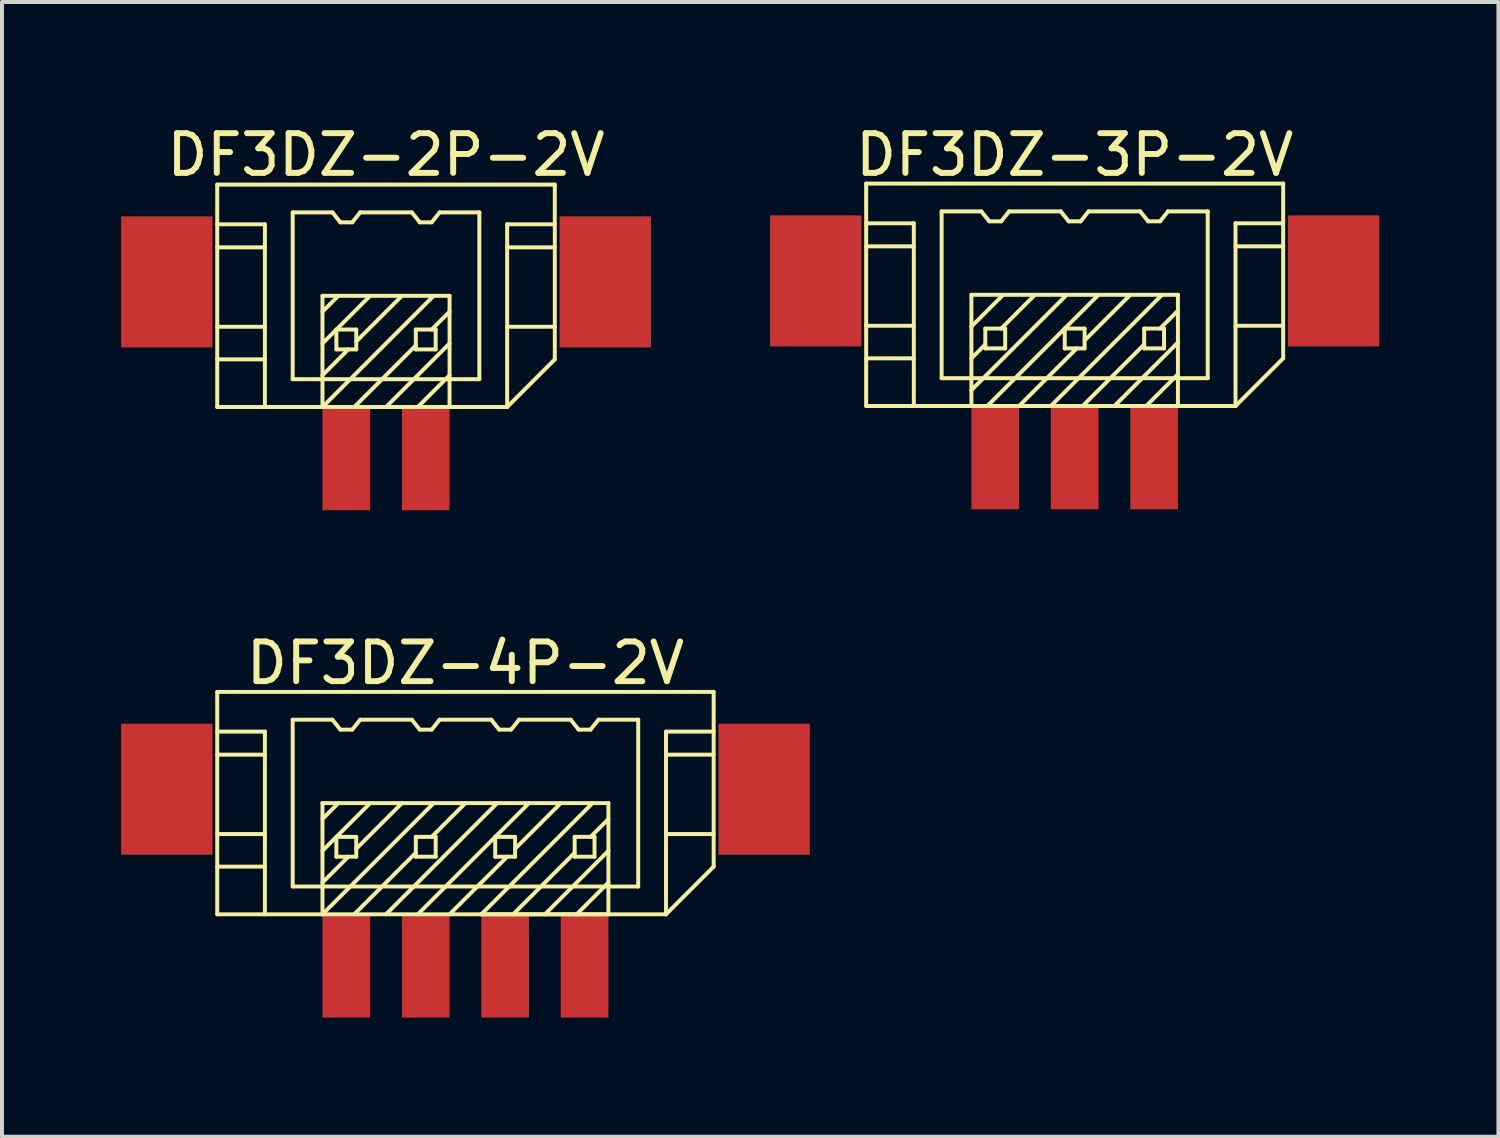
<source format=kicad_pcb>
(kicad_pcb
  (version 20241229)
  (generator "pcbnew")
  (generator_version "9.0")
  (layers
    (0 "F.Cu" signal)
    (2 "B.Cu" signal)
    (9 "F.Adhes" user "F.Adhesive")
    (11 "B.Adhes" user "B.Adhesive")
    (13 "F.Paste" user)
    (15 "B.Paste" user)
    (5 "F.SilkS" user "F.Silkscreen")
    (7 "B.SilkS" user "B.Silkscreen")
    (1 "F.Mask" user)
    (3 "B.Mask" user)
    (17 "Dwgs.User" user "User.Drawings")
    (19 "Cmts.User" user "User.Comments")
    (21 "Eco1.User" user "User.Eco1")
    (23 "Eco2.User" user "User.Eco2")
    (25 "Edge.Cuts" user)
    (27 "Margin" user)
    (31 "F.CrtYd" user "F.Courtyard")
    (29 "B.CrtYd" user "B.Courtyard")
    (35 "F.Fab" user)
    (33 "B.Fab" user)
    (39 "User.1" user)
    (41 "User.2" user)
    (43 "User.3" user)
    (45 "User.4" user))
  (footprint "DF3DZ-4P-2V"
    (layer "F.Cu")
    (at 8.67 16.822)
    (property "Reference" "DF3DZ-4P-2V" (at 0 -3.175 0) (layer "F.SilkS") (effects (font (size 1 1) (thickness 0.15))))
    (attr through_hole)
    (fp_line (start -6.25 -2.45) (end -6.25 3.15) (stroke (width 0.1) (type solid)) (layer "F.SilkS"))
    (fp_line (start -6.25 -2.45) (end 6.25 -2.45) (stroke (width 0.1) (type solid)) (layer "F.SilkS"))
    (fp_line (start -6.25 -0.87) (end -5.05 -0.87) (stroke (width 0.1) (type solid)) (layer "F.SilkS"))
    (fp_line (start -6.25 1.13) (end -5.05 1.13) (stroke (width 0.1) (type solid)) (layer "F.SilkS"))
    (fp_line (start -6.25 1.95) (end -5.05 1.95) (stroke (width 0.1) (type solid)) (layer "F.SilkS"))
    (fp_line (start -6.25 3.15) (end 5.05 3.15) (stroke (width 0.1) (type solid)) (layer "F.SilkS"))
    (fp_line (start -5.05 -1.45) (end -6.25 -1.45) (stroke (width 0.1) (type solid)) (layer "F.SilkS"))
    (fp_line (start -5.05 3.15) (end -5.05 -1.45) (stroke (width 0.1) (type solid)) (layer "F.SilkS"))
    (fp_line (start -4.35 -1.75) (end -4.35 2.45) (stroke (width 0.1) (type solid)) (layer "F.SilkS"))
    (fp_line (start -4.35 2.45) (end 4.35 2.45) (stroke (width 0.1) (type solid)) (layer "F.SilkS"))
    (fp_line (start -3.6 0.35) (end -3.6 3.15) (stroke (width 0.1) (type solid)) (layer "F.SilkS"))
    (fp_line (start -3.35 -1.75) (end -4.35 -1.75) (stroke (width 0.1) (type solid)) (layer "F.SilkS"))
    (fp_line (start -3.35 -1.75) (end -3.15 -1.5) (stroke (width 0.1) (type solid)) (layer "F.SilkS"))
    (fp_line (start -3.25 1.2) (end -3.25 1.7) (stroke (width 0.1) (type solid)) (layer "F.SilkS"))
    (fp_line (start -3.25 1.7) (end -2.75 1.7) (stroke (width 0.1) (type solid)) (layer "F.SilkS"))
    (fp_line (start -3.2 0.35) (end -3.6 0.75) (stroke (width 0.1) (type solid)) (layer "F.SilkS"))
    (fp_line (start -3.15 -1.5) (end -2.85 -1.5) (stroke (width 0.1) (type solid)) (layer "F.SilkS"))
    (fp_line (start -2.95 1.7) (end -3.6 2.35) (stroke (width 0.1) (type solid)) (layer "F.SilkS"))
    (fp_line (start -2.85 -1.5) (end -2.65 -1.75) (stroke (width 0.1) (type solid)) (layer "F.SilkS"))
    (fp_line (start -2.75 1.2) (end -3.25 1.2) (stroke (width 0.1) (type solid)) (layer "F.SilkS"))
    (fp_line (start -2.75 1.7) (end -2.75 1.2) (stroke (width 0.1) (type solid)) (layer "F.SilkS"))
    (fp_line (start -2.4 0.35) (end -3.6 1.55) (stroke (width 0.1) (type solid)) (layer "F.SilkS"))
    (fp_line (start -1.6 0.35) (end -2.75 1.5) (stroke (width 0.1) (type solid)) (layer "F.SilkS"))
    (fp_line (start -1.35 -1.75) (end -2.65 -1.75) (stroke (width 0.1) (type solid)) (layer "F.SilkS"))
    (fp_line (start -1.35 -1.75) (end -1.15 -1.5) (stroke (width 0.1) (type solid)) (layer "F.SilkS"))
    (fp_line (start -1.25 1.2) (end -1.25 1.7) (stroke (width 0.1) (type solid)) (layer "F.SilkS"))
    (fp_line (start -1.25 1.6) (end -2.8 3.15) (stroke (width 0.1) (type solid)) (layer "F.SilkS"))
    (fp_line (start -1.25 1.7) (end -0.75 1.7) (stroke (width 0.1) (type solid)) (layer "F.SilkS"))
    (fp_line (start -1.15 -1.5) (end -0.85 -1.5) (stroke (width 0.1) (type solid)) (layer "F.SilkS"))
    (fp_line (start -0.85 -1.5) (end -0.65 -1.75) (stroke (width 0.1) (type solid)) (layer "F.SilkS"))
    (fp_line (start -0.8 0.35) (end -3.6 3.15) (stroke (width 0.1) (type solid)) (layer "F.SilkS"))
    (fp_line (start -0.75 1.2) (end -1.25 1.2) (stroke (width 0.1) (type solid)) (layer "F.SilkS"))
    (fp_line (start -0.75 1.7) (end -0.75 1.2) (stroke (width 0.1) (type solid)) (layer "F.SilkS"))
    (fp_line (start -0.4 3.15) (end 1.05 1.7) (stroke (width 0.1) (type solid)) (layer "F.SilkS"))
    (fp_line (start 0 0.35) (end -0.85 1.2) (stroke (width 0.1) (type solid)) (layer "F.SilkS"))
    (fp_line (start 0.4 3.15) (end 3.6 3.15) (stroke (width 0.1) (type solid)) (layer "F.SilkS"))
    (fp_line (start 0.65 -1.75) (end -0.65 -1.75) (stroke (width 0.1) (type solid)) (layer "F.SilkS"))
    (fp_line (start 0.65 -1.75) (end 0.85 -1.5) (stroke (width 0.1) (type solid)) (layer "F.SilkS"))
    (fp_line (start 0.75 1.2) (end 0.75 1.7) (stroke (width 0.1) (type solid)) (layer "F.SilkS"))
    (fp_line (start 0.75 1.7) (end 1.25 1.7) (stroke (width 0.1) (type solid)) (layer "F.SilkS"))
    (fp_line (start 0.8 0.35) (end -2 3.15) (stroke (width 0.1) (type solid)) (layer "F.SilkS"))
    (fp_line (start 0.85 -1.5) (end 1.15 -1.5) (stroke (width 0.1) (type solid)) (layer "F.SilkS"))
    (fp_line (start 1.15 -1.5) (end 1.35 -1.75) (stroke (width 0.1) (type solid)) (layer "F.SilkS"))
    (fp_line (start 1.2 3.15) (end 2.75 1.6) (stroke (width 0.1) (type solid)) (layer "F.SilkS"))
    (fp_line (start 1.25 1.2) (end 0.75 1.2) (stroke (width 0.1) (type solid)) (layer "F.SilkS"))
    (fp_line (start 1.25 1.7) (end 1.25 1.2) (stroke (width 0.1) (type solid)) (layer "F.SilkS"))
    (fp_line (start 1.6 0.35) (end -1.2 3.15) (stroke (width 0.1) (type solid)) (layer "F.SilkS"))
    (fp_line (start 2.4 0.35) (end 1.25 1.5) (stroke (width 0.1) (type solid)) (layer "F.SilkS"))
    (fp_line (start 2.65 -1.75) (end 1.35 -1.75) (stroke (width 0.1) (type solid)) (layer "F.SilkS"))
    (fp_line (start 2.65 -1.75) (end 2.85 -1.5) (stroke (width 0.1) (type solid)) (layer "F.SilkS"))
    (fp_line (start 2.75 1.2) (end 2.75 1.7) (stroke (width 0.1) (type solid)) (layer "F.SilkS"))
    (fp_line (start 2.75 1.7) (end 3.25 1.7) (stroke (width 0.1) (type solid)) (layer "F.SilkS"))
    (fp_line (start 2.85 -1.5) (end 3.15 -1.5) (stroke (width 0.1) (type solid)) (layer "F.SilkS"))
    (fp_line (start 3.15 -1.5) (end 3.35 -1.75) (stroke (width 0.1) (type solid)) (layer "F.SilkS"))
    (fp_line (start 3.2 0.35) (end 0.4 3.15) (stroke (width 0.1) (type solid)) (layer "F.SilkS"))
    (fp_line (start 3.25 1.2) (end 2.75 1.2) (stroke (width 0.1) (type solid)) (layer "F.SilkS"))
    (fp_line (start 3.25 1.7) (end 3.25 1.2) (stroke (width 0.1) (type solid)) (layer "F.SilkS"))
    (fp_line (start 3.6 0.35) (end -3.6 0.35) (stroke (width 0.1) (type solid)) (layer "F.SilkS"))
    (fp_line (start 3.6 0.75) (end 3.15 1.2) (stroke (width 0.1) (type solid)) (layer "F.SilkS"))
    (fp_line (start 3.6 1.55) (end 2 3.15) (stroke (width 0.1) (type solid)) (layer "F.SilkS"))
    (fp_line (start 3.6 2.35) (end 2.8 3.15) (stroke (width 0.1) (type solid)) (layer "F.SilkS"))
    (fp_line (start 3.6 3.15) (end 3.6 0.35) (stroke (width 0.1) (type solid)) (layer "F.SilkS"))
    (fp_line (start 4.35 -1.75) (end 3.35 -1.75) (stroke (width 0.1) (type solid)) (layer "F.SilkS"))
    (fp_line (start 4.35 2.45) (end 4.35 -1.75) (stroke (width 0.1) (type solid)) (layer "F.SilkS"))
    (fp_line (start 5.05 -1.45) (end 6.25 -1.45) (stroke (width 0.1) (type solid)) (layer "F.SilkS"))
    (fp_line (start 5.05 -0.87) (end 6.25 -0.87) (stroke (width 0.1) (type solid)) (layer "F.SilkS"))
    (fp_line (start 5.05 1.13) (end 6.25 1.13) (stroke (width 0.1) (type solid)) (layer "F.SilkS"))
    (fp_line (start 5.05 3.15) (end 5.05 -1.45) (stroke (width 0.1) (type solid)) (layer "F.SilkS"))
    (fp_line (start 5.05 3.15) (end 6.25 1.95) (stroke (width 0.1) (type solid)) (layer "F.SilkS"))
    (fp_line (start 6.25 -2.45) (end 6.25 1.95) (stroke (width 0.1) (type solid)) (layer "F.SilkS"))
    (pad "" smd rect (at -7.52 0) (size 2.3 3.3) (layers "F.Cu" "F.Mask" "F.Paste"))
    (pad "" smd rect (at 7.52 0) (size 2.3 3.3) (layers "F.Cu" "F.Mask" "F.Paste"))
    (pad "1" smd rect (at 3 4.45) (size 1.2 2.6) (layers "F.Cu" "F.Mask" "F.Paste"))
    (pad "2" smd rect (at 1 4.45) (size 1.2 2.6) (layers "F.Cu" "F.Mask" "F.Paste"))
    (pad "3" smd rect (at -1 4.45) (size 1.2 2.6) (layers "F.Cu" "F.Mask" "F.Paste"))
    (pad "4" smd rect (at -3 4.45) (size 1.2 2.6) (layers "F.Cu" "F.Mask" "F.Paste")))
  (footprint "DF3DZ-2P-2V"
    (layer "F.Cu")
    (at 6.67 4.048)
    (property "Reference" "DF3DZ-2P-2V" (at 0 -3.2 0) (layer "F.SilkS") (effects (font (size 1 1) (thickness 0.15))))
    (attr through_hole)
    (fp_line (start -4.25 -2.45) (end -4.25 3.15) (stroke (width 0.1) (type solid)) (layer "F.SilkS"))
    (fp_line (start -4.25 -2.45) (end 4.25 -2.45) (stroke (width 0.1) (type solid)) (layer "F.SilkS"))
    (fp_line (start -4.25 -0.87) (end -3.05 -0.87) (stroke (width 0.1) (type solid)) (layer "F.SilkS"))
    (fp_line (start -4.25 1.13) (end -3.05 1.13) (stroke (width 0.1) (type solid)) (layer "F.SilkS"))
    (fp_line (start -4.25 1.95) (end -3.05 1.95) (stroke (width 0.1) (type solid)) (layer "F.SilkS"))
    (fp_line (start -4.25 3.15) (end 3.05 3.15) (stroke (width 0.1) (type solid)) (layer "F.SilkS"))
    (fp_line (start -3.05 -1.45) (end -4.25 -1.45) (stroke (width 0.1) (type solid)) (layer "F.SilkS"))
    (fp_line (start -3.05 3.15) (end -3.05 -1.45) (stroke (width 0.1) (type solid)) (layer "F.SilkS"))
    (fp_line (start -2.35 -1.75) (end -2.35 2.45) (stroke (width 0.1) (type solid)) (layer "F.SilkS"))
    (fp_line (start -2.35 2.45) (end 2.35 2.45) (stroke (width 0.1) (type solid)) (layer "F.SilkS"))
    (fp_line (start -1.6 0.35) (end -1.6 3.15) (stroke (width 0.1) (type solid)) (layer "F.SilkS"))
    (fp_line (start -1.6 2.35) (end -0.95 1.7) (stroke (width 0.1) (type solid)) (layer "F.SilkS"))
    (fp_line (start -1.6 3.15) (end 1.6 3.15) (stroke (width 0.1) (type solid)) (layer "F.SilkS"))
    (fp_line (start -1.35 -1.75) (end -2.35 -1.75) (stroke (width 0.1) (type solid)) (layer "F.SilkS"))
    (fp_line (start -1.35 -1.75) (end -1.15 -1.5) (stroke (width 0.1) (type solid)) (layer "F.SilkS"))
    (fp_line (start -1.25 1.2) (end -1.25 1.7) (stroke (width 0.1) (type solid)) (layer "F.SilkS"))
    (fp_line (start -1.25 1.7) (end -0.75 1.7) (stroke (width 0.1) (type solid)) (layer "F.SilkS"))
    (fp_line (start -1.2 0.35) (end -1.6 0.75) (stroke (width 0.1) (type solid)) (layer "F.SilkS"))
    (fp_line (start -1.15 -1.5) (end -0.85 -1.5) (stroke (width 0.1) (type solid)) (layer "F.SilkS"))
    (fp_line (start -0.85 -1.5) (end -0.65 -1.75) (stroke (width 0.1) (type solid)) (layer "F.SilkS"))
    (fp_line (start -0.8 3.15) (end 0.75 1.6) (stroke (width 0.1) (type solid)) (layer "F.SilkS"))
    (fp_line (start -0.75 1.2) (end -1.25 1.2) (stroke (width 0.1) (type solid)) (layer "F.SilkS"))
    (fp_line (start -0.75 1.7) (end -0.75 1.2) (stroke (width 0.1) (type solid)) (layer "F.SilkS"))
    (fp_line (start -0.4 0.35) (end -1.6 1.55) (stroke (width 0.1) (type solid)) (layer "F.SilkS"))
    (fp_line (start 0.4 0.35) (end -0.75 1.5) (stroke (width 0.1) (type solid)) (layer "F.SilkS"))
    (fp_line (start 0.65 -1.75) (end -0.65 -1.75) (stroke (width 0.1) (type solid)) (layer "F.SilkS"))
    (fp_line (start 0.65 -1.75) (end 0.85 -1.5) (stroke (width 0.1) (type solid)) (layer "F.SilkS"))
    (fp_line (start 0.75 1.2) (end 0.75 1.7) (stroke (width 0.1) (type solid)) (layer "F.SilkS"))
    (fp_line (start 0.75 1.7) (end 1.25 1.7) (stroke (width 0.1) (type solid)) (layer "F.SilkS"))
    (fp_line (start 0.85 -1.5) (end 1.15 -1.5) (stroke (width 0.1) (type solid)) (layer "F.SilkS"))
    (fp_line (start 1.15 -1.5) (end 1.35 -1.75) (stroke (width 0.1) (type solid)) (layer "F.SilkS"))
    (fp_line (start 1.2 0.35) (end -1.6 3.15) (stroke (width 0.1) (type solid)) (layer "F.SilkS"))
    (fp_line (start 1.25 1.2) (end 0.75 1.2) (stroke (width 0.1) (type solid)) (layer "F.SilkS"))
    (fp_line (start 1.25 1.7) (end 1.25 1.2) (stroke (width 0.1) (type solid)) (layer "F.SilkS"))
    (fp_line (start 1.6 0.35) (end -1.6 0.35) (stroke (width 0.1) (type solid)) (layer "F.SilkS"))
    (fp_line (start 1.6 0.75) (end 1.15 1.2) (stroke (width 0.1) (type solid)) (layer "F.SilkS"))
    (fp_line (start 1.6 1.55) (end 0 3.15) (stroke (width 0.1) (type solid)) (layer "F.SilkS"))
    (fp_line (start 1.6 2.35) (end 0.8 3.15) (stroke (width 0.1) (type solid)) (layer "F.SilkS"))
    (fp_line (start 1.6 3.15) (end 1.6 0.35) (stroke (width 0.1) (type solid)) (layer "F.SilkS"))
    (fp_line (start 2.35 -1.75) (end 1.35 -1.75) (stroke (width 0.1) (type solid)) (layer "F.SilkS"))
    (fp_line (start 2.35 2.45) (end 2.35 -1.75) (stroke (width 0.1) (type solid)) (layer "F.SilkS"))
    (fp_line (start 3.05 -1.45) (end 4.25 -1.45) (stroke (width 0.1) (type solid)) (layer "F.SilkS"))
    (fp_line (start 3.05 -0.87) (end 4.25 -0.87) (stroke (width 0.1) (type solid)) (layer "F.SilkS"))
    (fp_line (start 3.05 1.13) (end 4.25 1.13) (stroke (width 0.1) (type solid)) (layer "F.SilkS"))
    (fp_line (start 3.05 3.15) (end 3.05 -1.45) (stroke (width 0.1) (type solid)) (layer "F.SilkS"))
    (fp_line (start 3.05 3.15) (end 4.25 1.95) (stroke (width 0.1) (type solid)) (layer "F.SilkS"))
    (fp_line (start 4.25 -2.45) (end 4.25 1.95) (stroke (width 0.1) (type solid)) (layer "F.SilkS"))
    (pad "" smd rect (at -5.52 0) (size 2.3 3.3) (layers "F.Cu" "F.Mask" "F.Paste"))
    (pad "" smd rect (at 5.52 0) (size 2.3 3.3) (layers "F.Cu" "F.Mask" "F.Paste"))
    (pad "1" smd rect (at 1 4.45) (size 1.2 2.6) (layers "F.Cu" "F.Mask" "F.Paste"))
    (pad "2" smd rect (at -1 4.45) (size 1.2 2.6) (layers "F.Cu" "F.Mask" "F.Paste")))
  (footprint "DF3DZ-3P-2V"
    (layer "F.Cu")
    (at 24.01 4.023)
    (property "Reference" "DF3DZ-3P-2V" (at 0 -3.175 0) (layer "F.SilkS") (effects (font (size 1 1) (thickness 0.15))))
    (attr through_hole)
    (fp_line (start -5.25 -2.45) (end -5.25 3.15) (stroke (width 0.1) (type solid)) (layer "F.SilkS"))
    (fp_line (start -5.25 -2.45) (end 5.25 -2.45) (stroke (width 0.1) (type solid)) (layer "F.SilkS"))
    (fp_line (start -5.25 -0.87) (end -4.05 -0.87) (stroke (width 0.1) (type solid)) (layer "F.SilkS"))
    (fp_line (start -5.25 1.13) (end -4.05 1.13) (stroke (width 0.1) (type solid)) (layer "F.SilkS"))
    (fp_line (start -5.25 1.95) (end -4.05 1.95) (stroke (width 0.1) (type solid)) (layer "F.SilkS"))
    (fp_line (start -5.25 3.15) (end 4.05 3.15) (stroke (width 0.1) (type solid)) (layer "F.SilkS"))
    (fp_line (start -4.05 -1.45) (end -5.25 -1.45) (stroke (width 0.1) (type solid)) (layer "F.SilkS"))
    (fp_line (start -4.05 3.15) (end -4.05 -1.45) (stroke (width 0.1) (type solid)) (layer "F.SilkS"))
    (fp_line (start -3.35 -1.75) (end -3.35 2.45) (stroke (width 0.1) (type solid)) (layer "F.SilkS"))
    (fp_line (start -3.35 2.45) (end 3.35 2.45) (stroke (width 0.1) (type solid)) (layer "F.SilkS"))
    (fp_line (start -2.6 0.35) (end -2.6 3.15) (stroke (width 0.1) (type solid)) (layer "F.SilkS"))
    (fp_line (start -2.35 -1.75) (end -3.35 -1.75) (stroke (width 0.1) (type solid)) (layer "F.SilkS"))
    (fp_line (start -2.35 -1.75) (end -2.15 -1.5) (stroke (width 0.1) (type solid)) (layer "F.SilkS"))
    (fp_line (start -2.25 1.2) (end -2.25 1.7) (stroke (width 0.1) (type solid)) (layer "F.SilkS"))
    (fp_line (start -2.25 1.6) (end -2.6 1.95) (stroke (width 0.1) (type solid)) (layer "F.SilkS"))
    (fp_line (start -2.25 1.7) (end -1.75 1.7) (stroke (width 0.1) (type solid)) (layer "F.SilkS"))
    (fp_line (start -2.15 -1.5) (end -1.85 -1.5) (stroke (width 0.1) (type solid)) (layer "F.SilkS"))
    (fp_line (start -1.85 -1.5) (end -1.65 -1.75) (stroke (width 0.1) (type solid)) (layer "F.SilkS"))
    (fp_line (start -1.8 0.35) (end -2.6 1.15) (stroke (width 0.1) (type solid)) (layer "F.SilkS"))
    (fp_line (start -1.75 1.2) (end -2.25 1.2) (stroke (width 0.1) (type solid)) (layer "F.SilkS"))
    (fp_line (start -1.75 1.7) (end -1.75 1.2) (stroke (width 0.1) (type solid)) (layer "F.SilkS"))
    (fp_line (start -1.4 3.15) (end 0.05 1.7) (stroke (width 0.1) (type solid)) (layer "F.SilkS"))
    (fp_line (start -1 0.35) (end -1.85 1.2) (stroke (width 0.1) (type solid)) (layer "F.SilkS"))
    (fp_line (start -0.6 3.15) (end 2.6 3.15) (stroke (width 0.1) (type solid)) (layer "F.SilkS"))
    (fp_line (start -0.35 -1.75) (end -1.65 -1.75) (stroke (width 0.1) (type solid)) (layer "F.SilkS"))
    (fp_line (start -0.35 -1.75) (end -0.15 -1.5) (stroke (width 0.1) (type solid)) (layer "F.SilkS"))
    (fp_line (start -0.25 1.2) (end -0.25 1.7) (stroke (width 0.1) (type solid)) (layer "F.SilkS"))
    (fp_line (start -0.25 1.7) (end 0.25 1.7) (stroke (width 0.1) (type solid)) (layer "F.SilkS"))
    (fp_line (start -0.2 0.35) (end -2.6 2.75) (stroke (width 0.1) (type solid)) (layer "F.SilkS"))
    (fp_line (start -0.15 -1.5) (end 0.15 -1.5) (stroke (width 0.1) (type solid)) (layer "F.SilkS"))
    (fp_line (start 0.15 -1.5) (end 0.35 -1.75) (stroke (width 0.1) (type solid)) (layer "F.SilkS"))
    (fp_line (start 0.2 3.15) (end 1.75 1.6) (stroke (width 0.1) (type solid)) (layer "F.SilkS"))
    (fp_line (start 0.25 1.2) (end -0.25 1.2) (stroke (width 0.1) (type solid)) (layer "F.SilkS"))
    (fp_line (start 0.25 1.7) (end 0.25 1.2) (stroke (width 0.1) (type solid)) (layer "F.SilkS"))
    (fp_line (start 0.6 0.35) (end -2.2 3.15) (stroke (width 0.1) (type solid)) (layer "F.SilkS"))
    (fp_line (start 1.4 0.35) (end 0.25 1.5) (stroke (width 0.1) (type solid)) (layer "F.SilkS"))
    (fp_line (start 1.65 -1.75) (end 0.35 -1.75) (stroke (width 0.1) (type solid)) (layer "F.SilkS"))
    (fp_line (start 1.65 -1.75) (end 1.85 -1.5) (stroke (width 0.1) (type solid)) (layer "F.SilkS"))
    (fp_line (start 1.75 1.2) (end 1.75 1.7) (stroke (width 0.1) (type solid)) (layer "F.SilkS"))
    (fp_line (start 1.75 1.7) (end 2.25 1.7) (stroke (width 0.1) (type solid)) (layer "F.SilkS"))
    (fp_line (start 1.85 -1.5) (end 2.15 -1.5) (stroke (width 0.1) (type solid)) (layer "F.SilkS"))
    (fp_line (start 2.15 -1.5) (end 2.35 -1.75) (stroke (width 0.1) (type solid)) (layer "F.SilkS"))
    (fp_line (start 2.2 0.35) (end -0.6 3.15) (stroke (width 0.1) (type solid)) (layer "F.SilkS"))
    (fp_line (start 2.25 1.2) (end 1.75 1.2) (stroke (width 0.1) (type solid)) (layer "F.SilkS"))
    (fp_line (start 2.25 1.7) (end 2.25 1.2) (stroke (width 0.1) (type solid)) (layer "F.SilkS"))
    (fp_line (start 2.6 0.35) (end -2.6 0.35) (stroke (width 0.1) (type solid)) (layer "F.SilkS"))
    (fp_line (start 2.6 0.75) (end 2.15 1.2) (stroke (width 0.1) (type solid)) (layer "F.SilkS"))
    (fp_line (start 2.6 1.55) (end 1 3.15) (stroke (width 0.1) (type solid)) (layer "F.SilkS"))
    (fp_line (start 2.6 2.35) (end 1.8 3.15) (stroke (width 0.1) (type solid)) (layer "F.SilkS"))
    (fp_line (start 2.6 3.15) (end 2.6 0.35) (stroke (width 0.1) (type solid)) (layer "F.SilkS"))
    (fp_line (start 3.35 -1.75) (end 2.35 -1.75) (stroke (width 0.1) (type solid)) (layer "F.SilkS"))
    (fp_line (start 3.35 2.45) (end 3.35 -1.75) (stroke (width 0.1) (type solid)) (layer "F.SilkS"))
    (fp_line (start 4.05 -1.45) (end 5.25 -1.45) (stroke (width 0.1) (type solid)) (layer "F.SilkS"))
    (fp_line (start 4.05 -0.87) (end 5.25 -0.87) (stroke (width 0.1) (type solid)) (layer "F.SilkS"))
    (fp_line (start 4.05 1.13) (end 5.25 1.13) (stroke (width 0.1) (type solid)) (layer "F.SilkS"))
    (fp_line (start 4.05 3.15) (end 4.05 -1.45) (stroke (width 0.1) (type solid)) (layer "F.SilkS"))
    (fp_line (start 4.05 3.15) (end 5.25 1.95) (stroke (width 0.1) (type solid)) (layer "F.SilkS"))
    (fp_line (start 5.25 -2.45) (end 5.25 1.95) (stroke (width 0.1) (type solid)) (layer "F.SilkS"))
    (pad "" smd rect (at -6.52 0) (size 2.3 3.3) (layers "F.Cu" "F.Mask" "F.Paste"))
    (pad "" smd rect (at 6.52 0) (size 2.3 3.3) (layers "F.Cu" "F.Mask" "F.Paste"))
    (pad "1" smd rect (at 2 4.45) (size 1.2 2.6) (layers "F.Cu" "F.Mask" "F.Paste"))
    (pad "2" smd rect (at 0 4.45) (size 1.2 2.6) (layers "F.Cu" "F.Mask" "F.Paste"))
    (pad "3" smd rect (at -2 4.45) (size 1.2 2.6) (layers "F.Cu" "F.Mask" "F.Paste")))
  (gr_rect
    (start -3 -3)
    (end 34.68 25.572)
    (stroke (width 0.1) (type default))
    (fill no)
    (layer "Edge.Cuts")))
</source>
